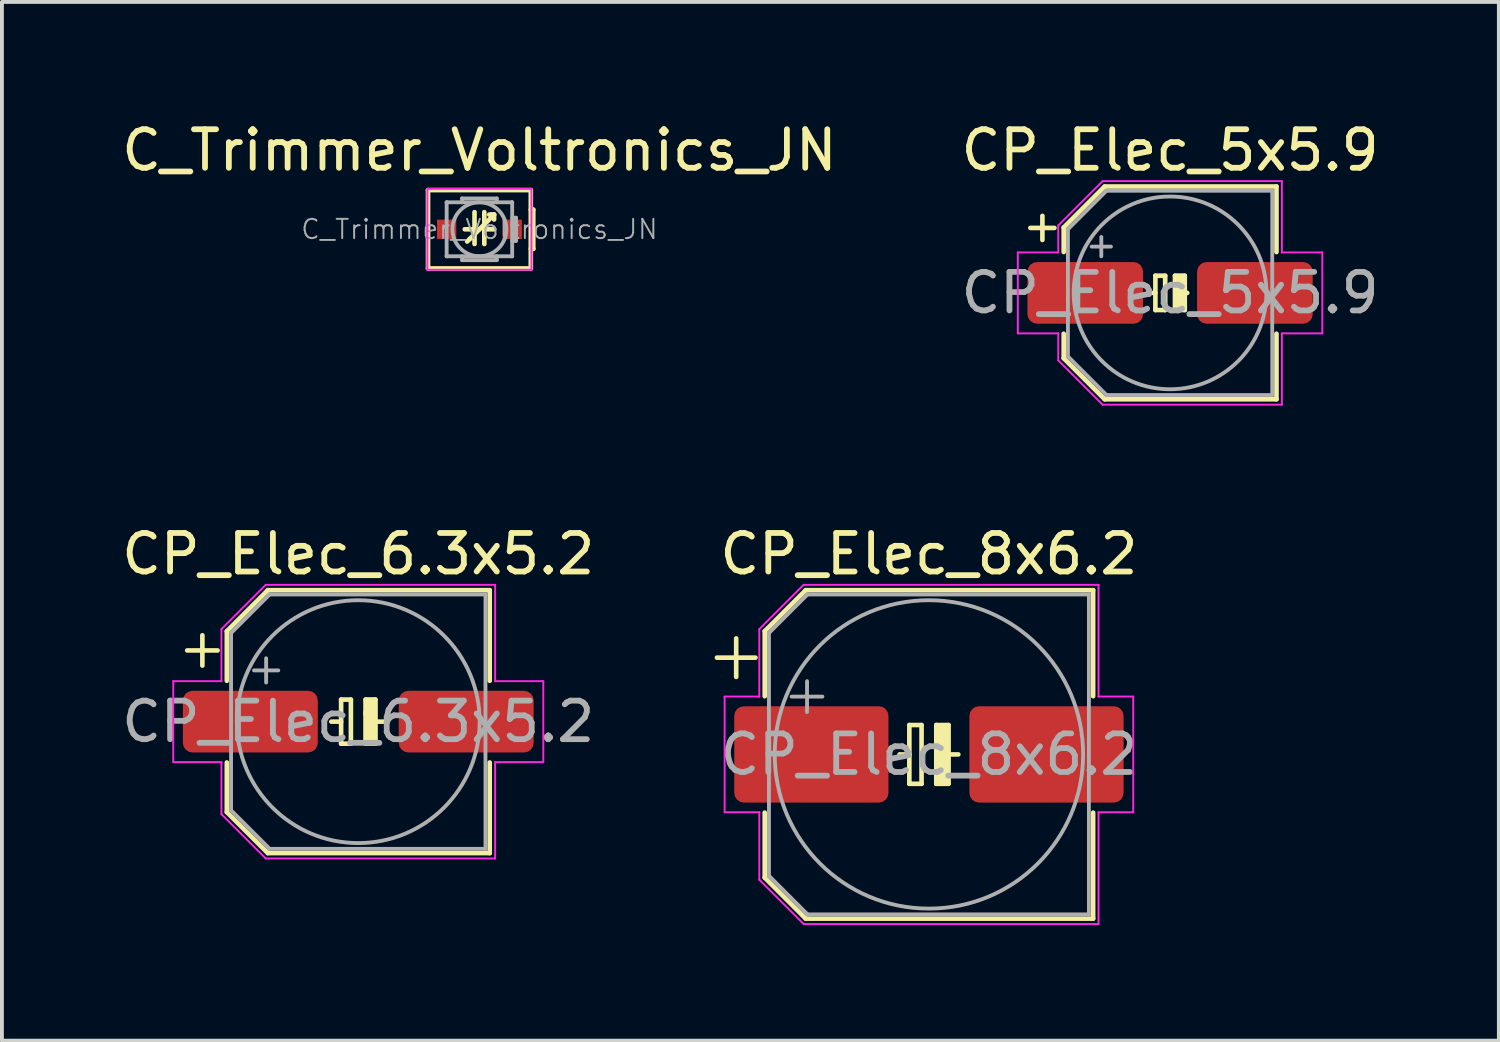
<source format=kicad_pcb>
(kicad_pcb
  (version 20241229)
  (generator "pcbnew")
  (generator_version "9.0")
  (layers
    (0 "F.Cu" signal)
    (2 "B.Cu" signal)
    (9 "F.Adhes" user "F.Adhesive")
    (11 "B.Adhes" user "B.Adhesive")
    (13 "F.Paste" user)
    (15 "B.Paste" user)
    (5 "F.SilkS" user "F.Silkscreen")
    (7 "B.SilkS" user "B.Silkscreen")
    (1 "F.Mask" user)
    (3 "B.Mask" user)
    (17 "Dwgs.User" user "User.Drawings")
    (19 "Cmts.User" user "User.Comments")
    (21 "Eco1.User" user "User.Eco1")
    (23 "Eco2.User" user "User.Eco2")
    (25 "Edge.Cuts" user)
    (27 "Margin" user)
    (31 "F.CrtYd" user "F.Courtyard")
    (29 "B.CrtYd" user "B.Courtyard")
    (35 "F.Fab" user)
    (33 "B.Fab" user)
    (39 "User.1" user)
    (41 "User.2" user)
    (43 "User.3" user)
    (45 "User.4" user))
  (footprint "CP_Elec_6.3x5.2"
    (layer "F.Cu")
    (at 6.244 15.671)
    (property "Reference" "CP_Elec_6.3x5.2" (at 0 -4.35 0) (layer "F.SilkS") (effects (font (size 1 1) (thickness 0.15))))
    (attr smd)
    (fp_line (start -4.438 -1.847) (end -3.65 -1.847) (stroke (width 0.12) (type solid)) (layer "F.SilkS"))
    (fp_line (start -4.044 -2.241) (end -4.044 -1.454) (stroke (width 0.12) (type solid)) (layer "F.SilkS"))
    (fp_line (start -3.41 -2.346) (end -3.41 -1.06) (stroke (width 0.12) (type solid)) (layer "F.SilkS"))
    (fp_line (start -3.41 -2.346) (end -2.346 -3.41) (stroke (width 0.12) (type solid)) (layer "F.SilkS"))
    (fp_line (start -3.41 2.346) (end -3.41 1.06) (stroke (width 0.12) (type solid)) (layer "F.SilkS"))
    (fp_line (start -3.41 2.346) (end -2.346 3.41) (stroke (width 0.12) (type solid)) (layer "F.SilkS"))
    (fp_line (start -2.346 -3.41) (end 3.41 -3.41) (stroke (width 0.12) (type solid)) (layer "F.SilkS"))
    (fp_line (start -2.346 3.41) (end 3.41 3.41) (stroke (width 0.12) (type solid)) (layer "F.SilkS"))
    (fp_line (start -0.445 -0.572) (end -0.191 -0.572) (stroke (width 0.12) (type solid)) (layer "F.SilkS"))
    (fp_line (start -0.445 0) (end -0.699 0) (stroke (width 0.12) (type solid)) (layer "F.SilkS"))
    (fp_line (start -0.445 0.572) (end -0.445 -0.572) (stroke (width 0.12) (type solid)) (layer "F.SilkS"))
    (fp_line (start -0.191 -0.572) (end -0.191 0.572) (stroke (width 0.12) (type solid)) (layer "F.SilkS"))
    (fp_line (start -0.191 0.572) (end -0.445 0.572) (stroke (width 0.12) (type solid)) (layer "F.SilkS"))
    (fp_line (start 0.191 -0.572) (end 0.191 -0.191) (stroke (width 0.12) (type solid)) (layer "F.SilkS"))
    (fp_line (start 0.191 -0.572) (end 0.445 -0.572) (stroke (width 0.12) (type solid)) (layer "F.SilkS"))
    (fp_line (start 0.191 -0.254) (end 0.191 0.572) (stroke (width 0.12) (type solid)) (layer "F.SilkS"))
    (fp_line (start 0.445 0) (end 0.699 0) (stroke (width 0.12) (type solid)) (layer "F.SilkS"))
    (fp_line (start 0.445 0.572) (end 0.191 0.572) (stroke (width 0.12) (type solid)) (layer "F.SilkS"))
    (fp_line (start 0.445 0.572) (end 0.445 -0.572) (stroke (width 0.12) (type solid)) (layer "F.SilkS"))
    (fp_line (start 3.41 -3.41) (end 3.41 -1.06) (stroke (width 0.12) (type solid)) (layer "F.SilkS"))
    (fp_line (start 3.41 3.41) (end 3.41 1.06) (stroke (width 0.12) (type solid)) (layer "F.SilkS"))
    (fp_poly (pts (xy 0.445 0.572) (xy 0.191 0.572) (xy 0.191 -0.572) (xy 0.445 -0.572)) (stroke (width 0.1) (type solid)) (fill yes) (layer "F.SilkS"))
    (fp_line (start -4.8 -1.05) (end -4.8 1.05) (stroke (width 0.05) (type solid)) (layer "F.CrtYd"))
    (fp_line (start -4.8 1.05) (end -3.55 1.05) (stroke (width 0.05) (type solid)) (layer "F.CrtYd"))
    (fp_line (start -3.55 -2.4) (end -3.55 -1.05) (stroke (width 0.05) (type solid)) (layer "F.CrtYd"))
    (fp_line (start -3.55 -2.4) (end -2.4 -3.55) (stroke (width 0.05) (type solid)) (layer "F.CrtYd"))
    (fp_line (start -3.55 -1.05) (end -4.8 -1.05) (stroke (width 0.05) (type solid)) (layer "F.CrtYd"))
    (fp_line (start -3.55 1.05) (end -3.55 2.4) (stroke (width 0.05) (type solid)) (layer "F.CrtYd"))
    (fp_line (start -3.55 2.4) (end -2.4 3.55) (stroke (width 0.05) (type solid)) (layer "F.CrtYd"))
    (fp_line (start -2.4 -3.55) (end 3.55 -3.55) (stroke (width 0.05) (type solid)) (layer "F.CrtYd"))
    (fp_line (start -2.4 3.55) (end 3.55 3.55) (stroke (width 0.05) (type solid)) (layer "F.CrtYd"))
    (fp_line (start 3.55 -3.55) (end 3.55 -1.05) (stroke (width 0.05) (type solid)) (layer "F.CrtYd"))
    (fp_line (start 3.55 -1.05) (end 4.8 -1.05) (stroke (width 0.05) (type solid)) (layer "F.CrtYd"))
    (fp_line (start 3.55 1.05) (end 3.55 3.55) (stroke (width 0.05) (type solid)) (layer "F.CrtYd"))
    (fp_line (start 4.8 -1.05) (end 4.8 1.05) (stroke (width 0.05) (type solid)) (layer "F.CrtYd"))
    (fp_line (start 4.8 1.05) (end 3.55 1.05) (stroke (width 0.05) (type solid)) (layer "F.CrtYd"))
    (fp_line (start -3.3 -2.3) (end -3.3 2.3) (stroke (width 0.1) (type solid)) (layer "F.Fab"))
    (fp_line (start -3.3 -2.3) (end -2.3 -3.3) (stroke (width 0.1) (type solid)) (layer "F.Fab"))
    (fp_line (start -3.3 2.3) (end -2.3 3.3) (stroke (width 0.1) (type solid)) (layer "F.Fab"))
    (fp_line (start -2.705 -1.33) (end -2.075 -1.33) (stroke (width 0.1) (type solid)) (layer "F.Fab"))
    (fp_line (start -2.39 -1.645) (end -2.39 -1.015) (stroke (width 0.1) (type solid)) (layer "F.Fab"))
    (fp_line (start -2.3 -3.3) (end 3.3 -3.3) (stroke (width 0.1) (type solid)) (layer "F.Fab"))
    (fp_line (start -2.3 3.3) (end 3.3 3.3) (stroke (width 0.1) (type solid)) (layer "F.Fab"))
    (fp_line (start 3.3 -3.3) (end 3.3 3.3) (stroke (width 0.1) (type solid)) (layer "F.Fab"))
    (fp_circle (center 0 0) (end 3.15 0) (stroke (width 0.1) (type solid)) (fill no) (layer "F.Fab"))
    (fp_text user "${REFERENCE}" (at 0 0 0) (layer "F.Fab") (effects (font (size 1 1) (thickness 0.15))))
    (pad "1" smd roundrect (at -2.8 0) (size 3.5 1.6) (layers "F.Cu" "F.Mask" "F.Paste") (roundrect_rratio 0.156))
    (pad "2" smd roundrect (at 2.8 0) (size 3.5 1.6) (layers "F.Cu" "F.Mask" "F.Paste") (roundrect_rratio 0.156)))
  (footprint "CP_Elec_5x5.9"
    (layer "F.Cu")
    (at 27.304 4.548)
    (property "Reference" "CP_Elec_5x5.9" (at 0 -3.7 0) (layer "F.SilkS") (effects (font (size 1 1) (thickness 0.15))))
    (attr smd)
    (fp_line (start -3.625 -1.685) (end -3 -1.685) (stroke (width 0.12) (type solid)) (layer "F.SilkS"))
    (fp_line (start -3.312 -1.998) (end -3.312 -1.373) (stroke (width 0.12) (type solid)) (layer "F.SilkS"))
    (fp_line (start -2.76 -1.696) (end -2.76 -1.06) (stroke (width 0.12) (type solid)) (layer "F.SilkS"))
    (fp_line (start -2.76 -1.696) (end -1.696 -2.76) (stroke (width 0.12) (type solid)) (layer "F.SilkS"))
    (fp_line (start -2.76 1.696) (end -2.76 1.06) (stroke (width 0.12) (type solid)) (layer "F.SilkS"))
    (fp_line (start -2.76 1.696) (end -1.696 2.76) (stroke (width 0.12) (type solid)) (layer "F.SilkS"))
    (fp_line (start -1.696 -2.76) (end 2.76 -2.76) (stroke (width 0.12) (type solid)) (layer "F.SilkS"))
    (fp_line (start -1.696 2.76) (end 2.76 2.76) (stroke (width 0.12) (type solid)) (layer "F.SilkS"))
    (fp_line (start -0.381 0) (end -0.445 0) (stroke (width 0.12) (type solid)) (layer "F.SilkS"))
    (fp_line (start -0.381 0.445) (end -0.381 -0.445) (stroke (width 0.12) (type solid)) (layer "F.SilkS"))
    (fp_line (start -0.381 0.445) (end -0.127 0.445) (stroke (width 0.12) (type solid)) (layer "F.SilkS"))
    (fp_line (start -0.127 -0.445) (end -0.381 -0.445) (stroke (width 0.12) (type solid)) (layer "F.SilkS"))
    (fp_line (start -0.127 -0.445) (end -0.127 0.445) (stroke (width 0.12) (type solid)) (layer "F.SilkS"))
    (fp_line (start 0.127 -0.445) (end 0.127 -0.191) (stroke (width 0.12) (type solid)) (layer "F.SilkS"))
    (fp_line (start 0.127 -0.445) (end 0.381 -0.445) (stroke (width 0.12) (type solid)) (layer "F.SilkS"))
    (fp_line (start 0.127 -0.191) (end 0.127 0.445) (stroke (width 0.12) (type solid)) (layer "F.SilkS"))
    (fp_line (start 0.381 0) (end 0.445 0) (stroke (width 0.12) (type solid)) (layer "F.SilkS"))
    (fp_line (start 0.381 0.445) (end 0.127 0.445) (stroke (width 0.12) (type solid)) (layer "F.SilkS"))
    (fp_line (start 0.381 0.445) (end 0.381 -0.445) (stroke (width 0.12) (type solid)) (layer "F.SilkS"))
    (fp_line (start 2.76 -2.76) (end 2.76 -1.06) (stroke (width 0.12) (type solid)) (layer "F.SilkS"))
    (fp_line (start 2.76 2.76) (end 2.76 1.06) (stroke (width 0.12) (type solid)) (layer "F.SilkS"))
    (fp_poly (pts (xy 0.381 0.445) (xy 0.127 0.445) (xy 0.127 -0.445) (xy 0.381 -0.445)) (stroke (width 0.1) (type solid)) (fill yes) (layer "F.SilkS"))
    (fp_line (start -3.95 -1.05) (end -3.95 1.05) (stroke (width 0.05) (type solid)) (layer "F.CrtYd"))
    (fp_line (start -3.95 1.05) (end -2.9 1.05) (stroke (width 0.05) (type solid)) (layer "F.CrtYd"))
    (fp_line (start -2.9 -1.75) (end -2.9 -1.05) (stroke (width 0.05) (type solid)) (layer "F.CrtYd"))
    (fp_line (start -2.9 -1.75) (end -1.75 -2.9) (stroke (width 0.05) (type solid)) (layer "F.CrtYd"))
    (fp_line (start -2.9 -1.05) (end -3.95 -1.05) (stroke (width 0.05) (type solid)) (layer "F.CrtYd"))
    (fp_line (start -2.9 1.05) (end -2.9 1.75) (stroke (width 0.05) (type solid)) (layer "F.CrtYd"))
    (fp_line (start -2.9 1.75) (end -1.75 2.9) (stroke (width 0.05) (type solid)) (layer "F.CrtYd"))
    (fp_line (start -1.75 -2.9) (end 2.9 -2.9) (stroke (width 0.05) (type solid)) (layer "F.CrtYd"))
    (fp_line (start -1.75 2.9) (end 2.9 2.9) (stroke (width 0.05) (type solid)) (layer "F.CrtYd"))
    (fp_line (start 2.9 -2.9) (end 2.9 -1.05) (stroke (width 0.05) (type solid)) (layer "F.CrtYd"))
    (fp_line (start 2.9 -1.05) (end 3.95 -1.05) (stroke (width 0.05) (type solid)) (layer "F.CrtYd"))
    (fp_line (start 2.9 1.05) (end 2.9 2.9) (stroke (width 0.05) (type solid)) (layer "F.CrtYd"))
    (fp_line (start 3.95 -1.05) (end 3.95 1.05) (stroke (width 0.05) (type solid)) (layer "F.CrtYd"))
    (fp_line (start 3.95 1.05) (end 2.9 1.05) (stroke (width 0.05) (type solid)) (layer "F.CrtYd"))
    (fp_line (start -2.65 -1.65) (end -2.65 1.65) (stroke (width 0.1) (type solid)) (layer "F.Fab"))
    (fp_line (start -2.65 -1.65) (end -1.65 -2.65) (stroke (width 0.1) (type solid)) (layer "F.Fab"))
    (fp_line (start -2.65 1.65) (end -1.65 2.65) (stroke (width 0.1) (type solid)) (layer "F.Fab"))
    (fp_line (start -2.034 -1.2) (end -1.534 -1.2) (stroke (width 0.1) (type solid)) (layer "F.Fab"))
    (fp_line (start -1.784 -1.45) (end -1.784 -0.95) (stroke (width 0.1) (type solid)) (layer "F.Fab"))
    (fp_line (start -1.65 -2.65) (end 2.65 -2.65) (stroke (width 0.1) (type solid)) (layer "F.Fab"))
    (fp_line (start -1.65 2.65) (end 2.65 2.65) (stroke (width 0.1) (type solid)) (layer "F.Fab"))
    (fp_line (start 2.65 -2.65) (end 2.65 2.65) (stroke (width 0.1) (type solid)) (layer "F.Fab"))
    (fp_circle (center 0 0) (end 2.5 0) (stroke (width 0.1) (type solid)) (fill no) (layer "F.Fab"))
    (fp_text user "${REFERENCE}" (at 0 0 0) (layer "F.Fab") (effects (font (size 1 1) (thickness 0.15))))
    (pad "1" smd roundrect (at -2.2 0) (size 3 1.6) (layers "F.Cu" "F.Mask" "F.Paste") (roundrect_rratio 0.156))
    (pad "2" smd roundrect (at 2.2 0) (size 3 1.6) (layers "F.Cu" "F.Mask" "F.Paste") (roundrect_rratio 0.156)))
  (footprint "CP_Elec_8x6.2"
    (layer "F.Cu")
    (at 21.048 16.521)
    (property "Reference" "CP_Elec_8x6.2" (at 0 -5.2 0) (layer "F.SilkS") (effects (font (size 1 1) (thickness 0.15))))
    (attr smd)
    (fp_line (start -5.5 -2.51) (end -4.5 -2.51) (stroke (width 0.12) (type solid)) (layer "F.SilkS"))
    (fp_line (start -5 -3.01) (end -5 -2.01) (stroke (width 0.12) (type solid)) (layer "F.SilkS"))
    (fp_line (start -4.26 -3.196) (end -4.26 -1.51) (stroke (width 0.12) (type solid)) (layer "F.SilkS"))
    (fp_line (start -4.26 -3.196) (end -3.196 -4.26) (stroke (width 0.12) (type solid)) (layer "F.SilkS"))
    (fp_line (start -4.26 3.196) (end -4.26 1.51) (stroke (width 0.12) (type solid)) (layer "F.SilkS"))
    (fp_line (start -4.26 3.196) (end -3.196 4.26) (stroke (width 0.12) (type solid)) (layer "F.SilkS"))
    (fp_line (start -3.196 -4.26) (end 4.26 -4.26) (stroke (width 0.12) (type solid)) (layer "F.SilkS"))
    (fp_line (start -3.196 4.26) (end 4.26 4.26) (stroke (width 0.12) (type solid)) (layer "F.SilkS"))
    (fp_line (start -0.508 0) (end -0.762 0) (stroke (width 0.12) (type solid)) (layer "F.SilkS"))
    (fp_line (start -0.508 0.762) (end -0.508 -0.762) (stroke (width 0.12) (type solid)) (layer "F.SilkS"))
    (fp_line (start -0.508 0.762) (end -0.191 0.762) (stroke (width 0.12) (type solid)) (layer "F.SilkS"))
    (fp_line (start -0.191 -0.762) (end -0.508 -0.762) (stroke (width 0.12) (type solid)) (layer "F.SilkS"))
    (fp_line (start -0.191 -0.762) (end -0.191 0.762) (stroke (width 0.12) (type solid)) (layer "F.SilkS"))
    (fp_line (start 0.191 -0.762) (end 0.191 -0.191) (stroke (width 0.12) (type solid)) (layer "F.SilkS"))
    (fp_line (start 0.191 -0.254) (end 0.191 0.762) (stroke (width 0.12) (type solid)) (layer "F.SilkS"))
    (fp_line (start 0.191 0.762) (end 0.508 0.762) (stroke (width 0.12) (type solid)) (layer "F.SilkS"))
    (fp_line (start 0.508 -0.762) (end 0.191 -0.762) (stroke (width 0.12) (type solid)) (layer "F.SilkS"))
    (fp_line (start 0.508 0) (end 0.762 0) (stroke (width 0.12) (type solid)) (layer "F.SilkS"))
    (fp_line (start 0.508 0.762) (end 0.508 -0.762) (stroke (width 0.12) (type solid)) (layer "F.SilkS"))
    (fp_line (start 4.26 -4.26) (end 4.26 -1.51) (stroke (width 0.12) (type solid)) (layer "F.SilkS"))
    (fp_line (start 4.26 4.26) (end 4.26 1.51) (stroke (width 0.12) (type solid)) (layer "F.SilkS"))
    (fp_poly (pts (xy 0.508 0.762) (xy 0.191 0.762) (xy 0.191 -0.762) (xy 0.508 -0.762)) (stroke (width 0.1) (type solid)) (fill yes) (layer "F.SilkS"))
    (fp_line (start -5.3 -1.5) (end -5.3 1.5) (stroke (width 0.05) (type solid)) (layer "F.CrtYd"))
    (fp_line (start -5.3 1.5) (end -4.4 1.5) (stroke (width 0.05) (type solid)) (layer "F.CrtYd"))
    (fp_line (start -4.4 -3.25) (end -4.4 -1.5) (stroke (width 0.05) (type solid)) (layer "F.CrtYd"))
    (fp_line (start -4.4 -3.25) (end -3.25 -4.4) (stroke (width 0.05) (type solid)) (layer "F.CrtYd"))
    (fp_line (start -4.4 -1.5) (end -5.3 -1.5) (stroke (width 0.05) (type solid)) (layer "F.CrtYd"))
    (fp_line (start -4.4 1.5) (end -4.4 3.25) (stroke (width 0.05) (type solid)) (layer "F.CrtYd"))
    (fp_line (start -4.4 3.25) (end -3.25 4.4) (stroke (width 0.05) (type solid)) (layer "F.CrtYd"))
    (fp_line (start -3.25 -4.4) (end 4.4 -4.4) (stroke (width 0.05) (type solid)) (layer "F.CrtYd"))
    (fp_line (start -3.25 4.4) (end 4.4 4.4) (stroke (width 0.05) (type solid)) (layer "F.CrtYd"))
    (fp_line (start 4.4 -4.4) (end 4.4 -1.5) (stroke (width 0.05) (type solid)) (layer "F.CrtYd"))
    (fp_line (start 4.4 -1.5) (end 5.3 -1.5) (stroke (width 0.05) (type solid)) (layer "F.CrtYd"))
    (fp_line (start 4.4 1.5) (end 4.4 4.4) (stroke (width 0.05) (type solid)) (layer "F.CrtYd"))
    (fp_line (start 5.3 -1.5) (end 5.3 1.5) (stroke (width 0.05) (type solid)) (layer "F.CrtYd"))
    (fp_line (start 5.3 1.5) (end 4.4 1.5) (stroke (width 0.05) (type solid)) (layer "F.CrtYd"))
    (fp_line (start -4.15 -3.15) (end -4.15 3.15) (stroke (width 0.1) (type solid)) (layer "F.Fab"))
    (fp_line (start -4.15 -3.15) (end -3.15 -4.15) (stroke (width 0.1) (type solid)) (layer "F.Fab"))
    (fp_line (start -4.15 3.15) (end -3.15 4.15) (stroke (width 0.1) (type solid)) (layer "F.Fab"))
    (fp_line (start -3.562 -1.5) (end -2.762 -1.5) (stroke (width 0.1) (type solid)) (layer "F.Fab"))
    (fp_line (start -3.162 -1.9) (end -3.162 -1.1) (stroke (width 0.1) (type solid)) (layer "F.Fab"))
    (fp_line (start -3.15 -4.15) (end 4.15 -4.15) (stroke (width 0.1) (type solid)) (layer "F.Fab"))
    (fp_line (start -3.15 4.15) (end 4.15 4.15) (stroke (width 0.1) (type solid)) (layer "F.Fab"))
    (fp_line (start 4.15 -4.15) (end 4.15 4.15) (stroke (width 0.1) (type solid)) (layer "F.Fab"))
    (fp_circle (center 0 0) (end 4 0) (stroke (width 0.1) (type solid)) (fill no) (layer "F.Fab"))
    (fp_text user "${REFERENCE}" (at 0 0 0) (layer "F.Fab") (effects (font (size 1 1) (thickness 0.15))))
    (pad "1" smd roundrect (at -3.05 0) (size 4 2.5) (layers "F.Cu" "F.Mask" "F.Paste") (roundrect_rratio 0.1))
    (pad "2" smd roundrect (at 3.05 0) (size 4 2.5) (layers "F.Cu" "F.Mask" "F.Paste") (roundrect_rratio 0.1)))
  (footprint "C_Trimmer_Voltronics_JN"
    (layer "F.Cu")
    (at 9.387 2.898)
    (property "Reference" "C_Trimmer_Voltronics_JN" (at 0 -2.05 0) (layer "F.SilkS") (effects (font (size 1 1) (thickness 0.15))))
    (attr smd)
    (fp_line (start -1.333 -1.016) (end -1.333 1.016) (stroke (width 0.12) (type solid)) (layer "F.SilkS"))
    (fp_line (start -1.333 1.016) (end 1.333 1.016) (stroke (width 0.12) (type solid)) (layer "F.SilkS"))
    (fp_line (start -0.254 0.254) (end -0.318 0.318) (stroke (width 0.12) (type solid)) (layer "F.SilkS"))
    (fp_line (start -0.127 -0.445) (end -0.127 0.381) (stroke (width 0.12) (type solid)) (layer "F.SilkS"))
    (fp_line (start -0.127 0) (end -0.381 0) (stroke (width 0.12) (type solid)) (layer "F.SilkS"))
    (fp_line (start 0 0) (end -0.254 0.254) (stroke (width 0.12) (type solid)) (layer "F.SilkS"))
    (fp_line (start 0 0) (end 0.381 -0.381) (stroke (width 0.12) (type solid)) (layer "F.SilkS"))
    (fp_line (start 0.127 -0.445) (end 0.127 0.381) (stroke (width 0.12) (type solid)) (layer "F.SilkS"))
    (fp_line (start 0.127 0) (end 0.381 0) (stroke (width 0.12) (type solid)) (layer "F.SilkS"))
    (fp_line (start 0.318 -0.381) (end 0.254 -0.381) (stroke (width 0.12) (type solid)) (layer "F.SilkS"))
    (fp_line (start 0.381 -0.381) (end 0.318 -0.381) (stroke (width 0.12) (type solid)) (layer "F.SilkS"))
    (fp_line (start 0.381 -0.381) (end 0.381 -0.254) (stroke (width 0.12) (type solid)) (layer "F.SilkS"))
    (fp_line (start 1.333 -1.016) (end -1.333 -1.016) (stroke (width 0.12) (type solid)) (layer "F.SilkS"))
    (fp_line (start 1.333 -0.508) (end 1.397 -0.508) (stroke (width 0.12) (type solid)) (layer "F.SilkS"))
    (fp_line (start 1.333 1.016) (end 1.333 -1.016) (stroke (width 0.12) (type solid)) (layer "F.SilkS"))
    (fp_line (start 1.397 -0.508) (end 1.397 0.508) (stroke (width 0.12) (type solid)) (layer "F.SilkS"))
    (fp_line (start 1.397 0.508) (end 1.333 0.508) (stroke (width 0.12) (type solid)) (layer "F.SilkS"))
    (fp_line (start -1.35 -1.05) (end -1.35 1.05) (stroke (width 0.05) (type solid)) (layer "F.CrtYd"))
    (fp_line (start -1.35 1.05) (end 1.35 1.05) (stroke (width 0.05) (type solid)) (layer "F.CrtYd"))
    (fp_line (start 1.35 -1.05) (end -1.35 -1.05) (stroke (width 0.05) (type solid)) (layer "F.CrtYd"))
    (fp_line (start 1.35 1.05) (end 1.35 -1.05) (stroke (width 0.05) (type solid)) (layer "F.CrtYd"))
    (fp_line (start -0.85 -0.7) (end -0.84 -0.7) (stroke (width 0.1) (type solid)) (layer "F.Fab"))
    (fp_line (start -0.85 -0.69) (end -0.85 -0.7) (stroke (width 0.1) (type solid)) (layer "F.Fab"))
    (fp_line (start -0.85 0.69) (end -0.85 -0.69) (stroke (width 0.1) (type solid)) (layer "F.Fab"))
    (fp_line (start -0.85 0.7) (end -0.85 0.69) (stroke (width 0.1) (type solid)) (layer "F.Fab"))
    (fp_line (start -0.84 -0.7) (end 0.84 -0.7) (stroke (width 0.1) (type solid)) (layer "F.Fab"))
    (fp_line (start -0.84 0.7) (end -0.85 0.7) (stroke (width 0.1) (type solid)) (layer "F.Fab"))
    (fp_line (start -0.45 -0.8) (end 0.45 -0.8) (stroke (width 0.1) (type solid)) (layer "F.Fab"))
    (fp_line (start -0.45 -0.7) (end -0.45 -0.8) (stroke (width 0.1) (type solid)) (layer "F.Fab"))
    (fp_line (start -0.45 0.7) (end -0.45 0.8) (stroke (width 0.1) (type solid)) (layer "F.Fab"))
    (fp_line (start -0.45 0.8) (end 0.45 0.8) (stroke (width 0.1) (type solid)) (layer "F.Fab"))
    (fp_line (start 0.45 -0.8) (end 0.45 -0.7) (stroke (width 0.1) (type solid)) (layer "F.Fab"))
    (fp_line (start 0.45 0.8) (end 0.45 0.7) (stroke (width 0.1) (type solid)) (layer "F.Fab"))
    (fp_line (start 0.84 -0.7) (end 0.85 -0.7) (stroke (width 0.1) (type solid)) (layer "F.Fab"))
    (fp_line (start 0.84 0.7) (end -0.84 0.7) (stroke (width 0.1) (type solid)) (layer "F.Fab"))
    (fp_line (start 0.85 -0.7) (end 0.85 -0.69) (stroke (width 0.1) (type solid)) (layer "F.Fab"))
    (fp_line (start 0.85 -0.69) (end 0.85 0.69) (stroke (width 0.1) (type solid)) (layer "F.Fab"))
    (fp_line (start 0.85 -0.3) (end 0.95 -0.3) (stroke (width 0.1) (type solid)) (layer "F.Fab"))
    (fp_line (start 0.85 0.69) (end 0.85 0.7) (stroke (width 0.1) (type solid)) (layer "F.Fab"))
    (fp_line (start 0.85 0.7) (end 0.84 0.7) (stroke (width 0.1) (type solid)) (layer "F.Fab"))
    (fp_line (start 0.95 -0.3) (end 0.95 0.3) (stroke (width 0.1) (type solid)) (layer "F.Fab"))
    (fp_line (start 0.95 0.3) (end 0.85 0.3) (stroke (width 0.1) (type solid)) (layer "F.Fab"))
    (fp_circle (center 0 0) (end 0.7 0) (stroke (width 0.1) (type solid)) (fill no) (layer "F.Fab"))
    (fp_text user "${REFERENCE}" (at 0 0 0) (layer "F.Fab") (effects (font (size 0.5 0.5) (thickness 0.05))))
    (pad "1" smd rect (at -0.85 0) (size 0.5 0.5) (layers "F.Cu" "F.Mask" "F.Paste"))
    (pad "2" smd rect (at 0.85 0) (size 0.5 0.5) (layers "F.Cu" "F.Mask" "F.Paste")))
  (gr_rect
    (start -3 -3)
    (end 35.833 23.947)
    (stroke (width 0.1) (type default))
    (fill no)
    (layer "Edge.Cuts")))
</source>
